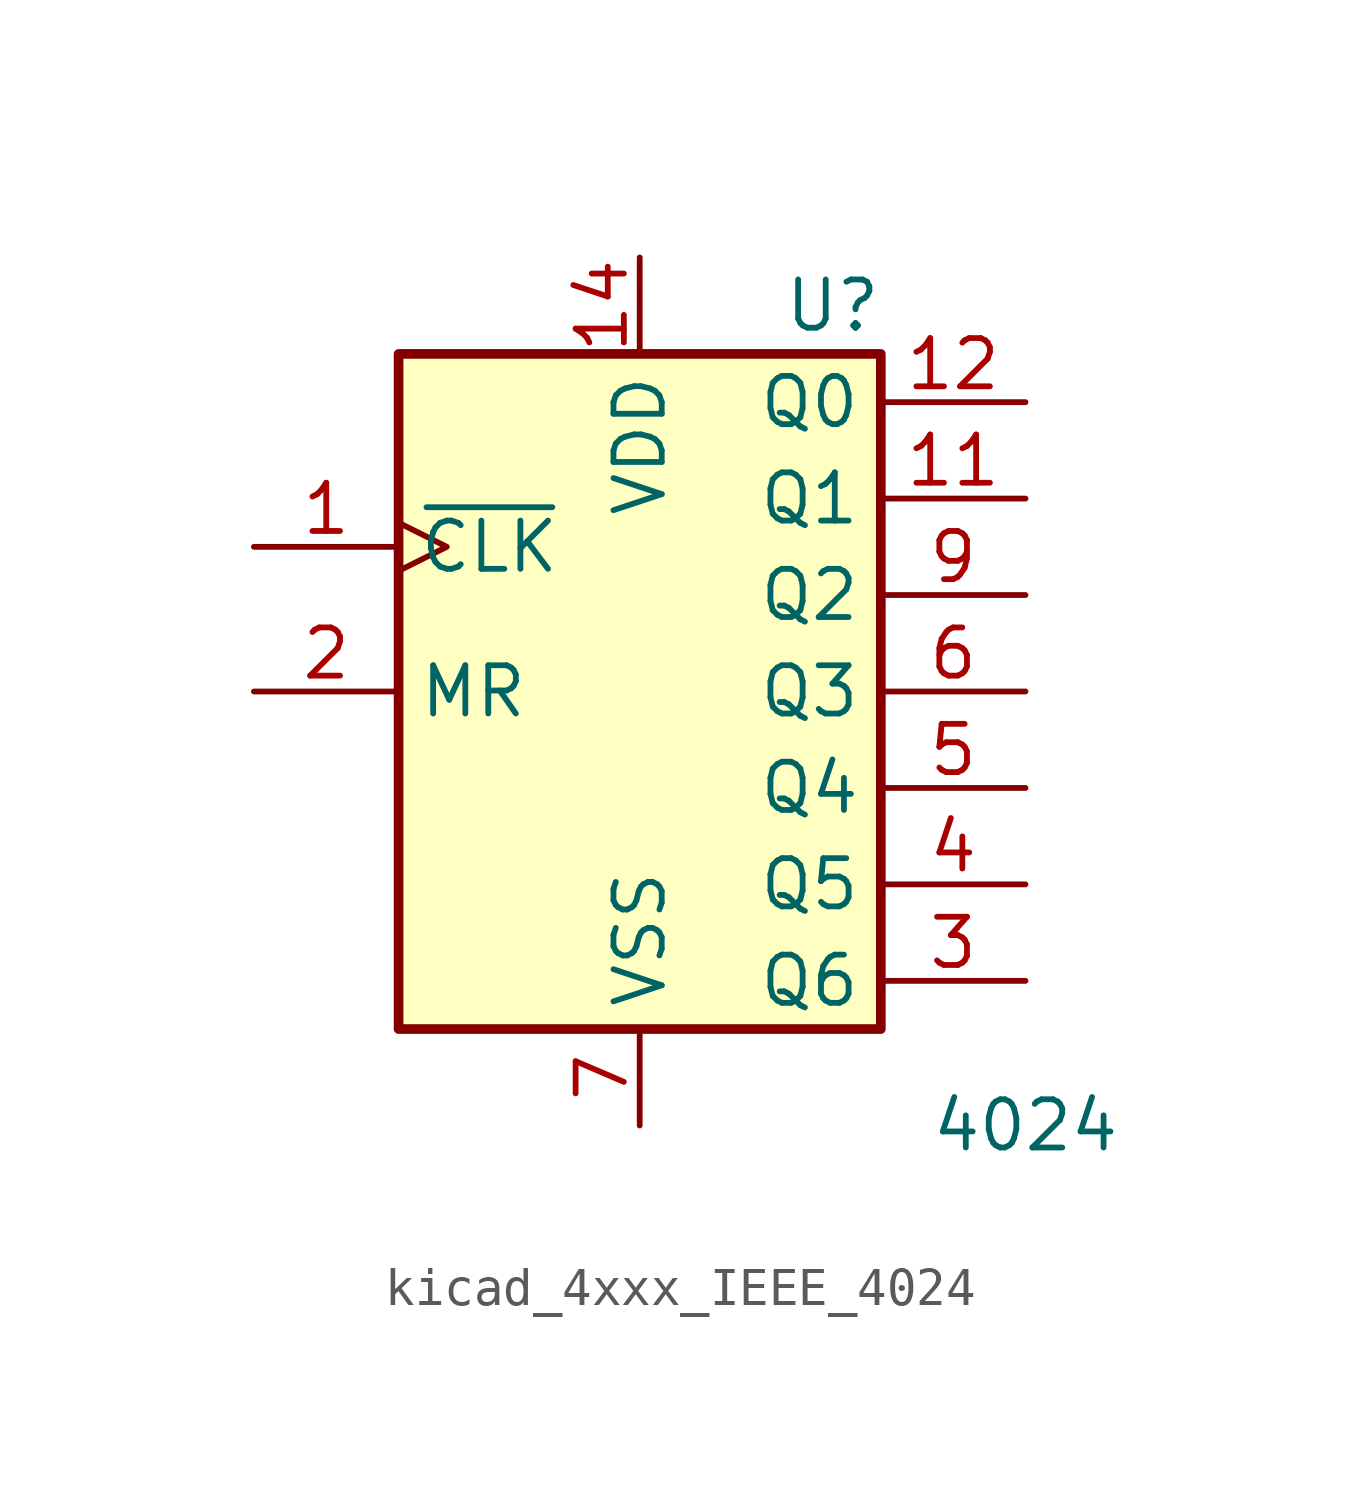
<source format=kicad_sym>
(kicad_symbol_lib
  (version 20220914)
  (generator kicad_symbol_editor)
  (symbol "kicad_4xxx_IEEE_4024"
    (property "Reference" "U"
      (at 5.08 11.43 0)
      (effects (font (size 1.27 1.27))))
    (property "Value" "4024"
      (at 10.16 -10.16 0)
      (effects (font (size 1.27 1.27))))
    (symbol "kicad_4xxx_IEEE_4024_0_0"
      (rectangle (start -6.35 10.16) (end 6.35 -7.62) (stroke (width 0.254) (type default)) (fill (type background)))
      (pin power_in line (at 0 12.7 270) (length 2.54) (name "VDD" (effects (font (size 1.27 1.27)))) (number "14" (effects (font (size 1.27 1.27)))))
      (pin power_in line (at 0 -10.16 90) (length 2.54) (name "VSS" (effects (font (size 1.27 1.27)))) (number "7" (effects (font (size 1.27 1.27))))))
    (symbol "kicad_4xxx_IEEE_4024_1_1"
      (pin input clock (at -10.16 5.08 0) (length 3.81) (name "~{CLK}" (effects (font (size 1.27 1.27)))) (number "1" (effects (font (size 1.27 1.27)))))
      (pin output line (at 10.16 6.35 180) (length 3.81) (name "Q1" (effects (font (size 1.27 1.27)))) (number "11" (effects (font (size 1.27 1.27)))))
      (pin output line (at 10.16 8.89 180) (length 3.81) (name "Q0" (effects (font (size 1.27 1.27)))) (number "12" (effects (font (size 1.27 1.27)))))
      (pin input line (at -10.16 1.27 0) (length 3.81) (name "MR" (effects (font (size 1.27 1.27)))) (number "2" (effects (font (size 1.27 1.27)))))
      (pin output line (at 10.16 -6.35 180) (length 3.81) (name "Q6" (effects (font (size 1.27 1.27)))) (number "3" (effects (font (size 1.27 1.27)))))
      (pin output line (at 10.16 -3.81 180) (length 3.81) (name "Q5" (effects (font (size 1.27 1.27)))) (number "4" (effects (font (size 1.27 1.27)))))
      (pin output line (at 10.16 -1.27 180) (length 3.81) (name "Q4" (effects (font (size 1.27 1.27)))) (number "5" (effects (font (size 1.27 1.27)))))
      (pin output line (at 10.16 1.27 180) (length 3.81) (name "Q3" (effects (font (size 1.27 1.27)))) (number "6" (effects (font (size 1.27 1.27)))))
      (pin output line (at 10.16 3.81 180) (length 3.81) (name "Q2" (effects (font (size 1.27 1.27)))) (number "9" (effects (font (size 1.27 1.27))))))))
</source>
